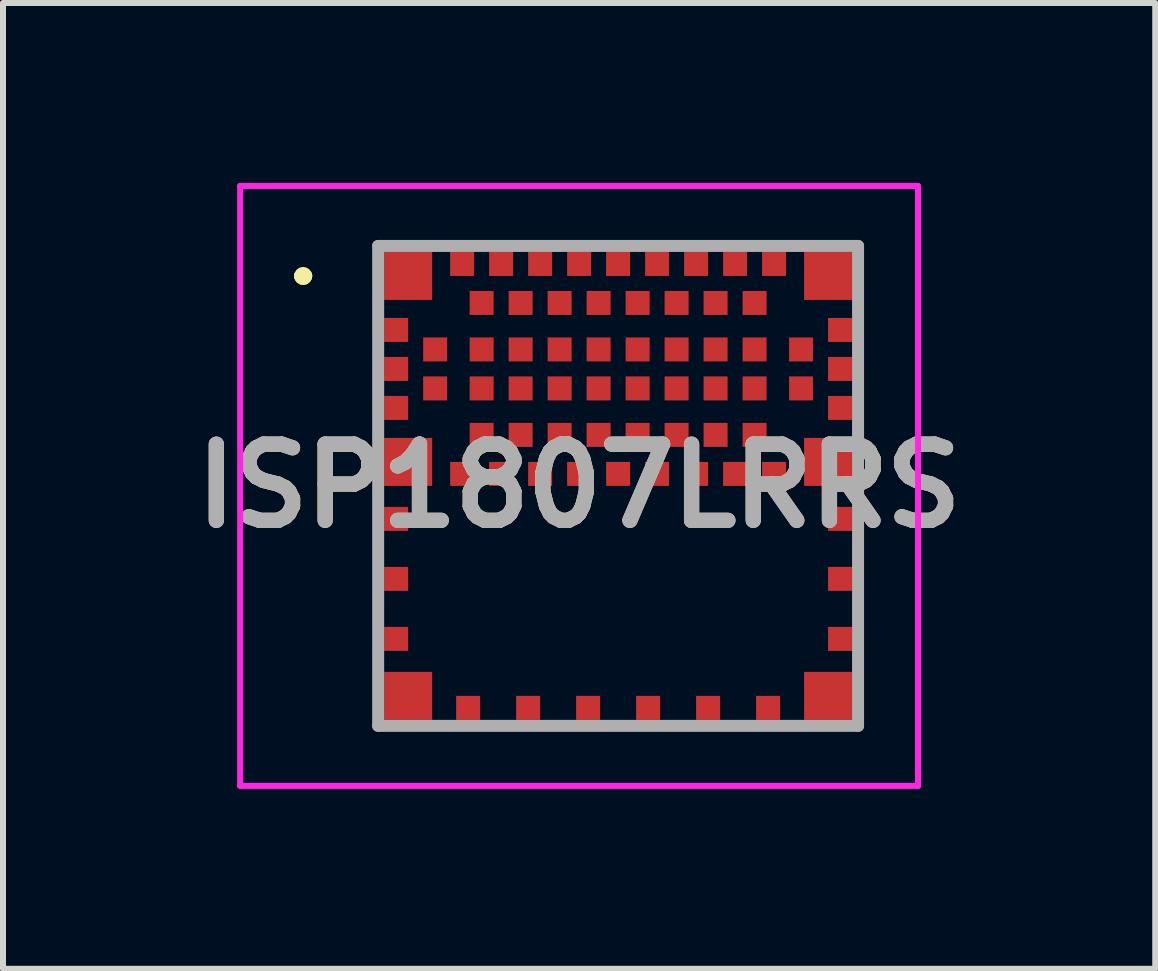
<source format=kicad_pcb>
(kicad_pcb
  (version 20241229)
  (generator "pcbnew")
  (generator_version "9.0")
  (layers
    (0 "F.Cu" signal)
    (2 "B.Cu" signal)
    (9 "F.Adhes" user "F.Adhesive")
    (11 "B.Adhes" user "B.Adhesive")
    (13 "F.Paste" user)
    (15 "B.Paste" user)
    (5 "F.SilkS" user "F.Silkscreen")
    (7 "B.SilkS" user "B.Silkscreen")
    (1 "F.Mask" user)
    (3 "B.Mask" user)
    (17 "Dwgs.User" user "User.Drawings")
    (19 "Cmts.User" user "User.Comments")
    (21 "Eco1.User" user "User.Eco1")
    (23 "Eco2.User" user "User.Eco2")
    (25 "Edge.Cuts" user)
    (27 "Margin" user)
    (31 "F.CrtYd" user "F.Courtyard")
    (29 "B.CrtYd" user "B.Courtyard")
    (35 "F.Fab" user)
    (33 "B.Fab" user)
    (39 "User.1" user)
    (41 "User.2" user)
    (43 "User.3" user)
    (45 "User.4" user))
  (footprint "ISP1807LRRS"
    (layer "F.Cu")
    (at 7.254 5.05)
    (property "Reference" "ISP1807LRRS" (at -0.65 0 0) (layer "F.SilkS") (effects (font (size 1.27 1.27) (thickness 0.254))))
    (attr smd)
    (fp_line (start -5.3 -3.5) (end -5.3 -3.5) (stroke (width 0.2) (type solid)) (layer "F.SilkS"))
    (fp_line (start -5.3 -3.5) (end -5.3 -3.5) (stroke (width 0.2) (type solid)) (layer "F.SilkS"))
    (fp_line (start -5.2 -3.5) (end -5.2 -3.5) (stroke (width 0.2) (type solid)) (layer "F.SilkS"))
    (fp_arc (start -5.3 -3.5) (mid -5.25 -3.55) (end -5.2 -3.5) (stroke (width 0.2) (type solid)) (layer "F.SilkS"))
    (fp_arc (start -5.2 -3.5) (mid -5.25 -3.45) (end -5.3 -3.5) (stroke (width 0.2) (type solid)) (layer "F.SilkS"))
    (fp_arc (start -5.2 -3.5) (mid -5.25 -3.45) (end -5.3 -3.5) (stroke (width 0.2) (type solid)) (layer "F.SilkS"))
    (fp_line (start -6.3 -5) (end 5 -5) (stroke (width 0.1) (type solid)) (layer "F.CrtYd"))
    (fp_line (start -6.3 5) (end -6.3 -5) (stroke (width 0.1) (type solid)) (layer "F.CrtYd"))
    (fp_line (start 5 -5) (end 5 5) (stroke (width 0.1) (type solid)) (layer "F.CrtYd"))
    (fp_line (start 5 5) (end -6.3 5) (stroke (width 0.1) (type solid)) (layer "F.CrtYd"))
    (fp_line (start -4 -4) (end -4 4) (stroke (width 0.2) (type solid)) (layer "F.Fab"))
    (fp_line (start -4 4) (end 4 4) (stroke (width 0.2) (type solid)) (layer "F.Fab"))
    (fp_line (start 4 -4) (end -4 -4) (stroke (width 0.2) (type solid)) (layer "F.Fab"))
    (fp_line (start 4 4) (end 4 -4) (stroke (width 0.2) (type solid)) (layer "F.Fab"))
    (fp_text user "${REFERENCE}" (at -0.65 0 0) (layer "F.Fab") (effects (font (size 1.27 1.27) (thickness 0.254))))
    (pad "1" smd rect (at -3.5 -3.5 90) (size 0.8 0.8) (layers "F.Cu" "F.Mask" "F.Paste"))
    (pad "2" smd rect (at -3.7 -2.6 90) (size 0.4 0.4) (layers "F.Cu" "F.Mask" "F.Paste"))
    (pad "3" smd rect (at -3.05 -2.275 90) (size 0.4 0.4) (layers "F.Cu" "F.Mask" "F.Paste"))
    (pad "4" smd rect (at -3.7 -1.95 90) (size 0.4 0.4) (layers "F.Cu" "F.Mask" "F.Paste"))
    (pad "5" smd rect (at -3.05 -1.625 90) (size 0.4 0.4) (layers "F.Cu" "F.Mask" "F.Paste"))
    (pad "6" smd rect (at -3.7 -1.3 90) (size 0.4 0.4) (layers "F.Cu" "F.Mask" "F.Paste"))
    (pad "7" smd rect (at -3.5 -0.4 90) (size 0.8 0.8) (layers "F.Cu" "F.Mask" "F.Paste"))
    (pad "8" smd rect (at -2.6 -0.2 90) (size 0.4 0.4) (layers "F.Cu" "F.Mask" "F.Paste"))
    (pad "9" smd rect (at -2.275 -0.85 90) (size 0.4 0.4) (layers "F.Cu" "F.Mask" "F.Paste"))
    (pad "10" smd rect (at -1.95 -0.2 90) (size 0.4 0.4) (layers "F.Cu" "F.Mask" "F.Paste"))
    (pad "11" smd rect (at -1.625 -0.85 90) (size 0.4 0.4) (layers "F.Cu" "F.Mask" "F.Paste"))
    (pad "12" smd rect (at -1.3 -0.2 90) (size 0.4 0.4) (layers "F.Cu" "F.Mask" "F.Paste"))
    (pad "13" smd rect (at -0.975 -0.85 90) (size 0.4 0.4) (layers "F.Cu" "F.Mask" "F.Paste"))
    (pad "14" smd rect (at -0.65 -0.2 90) (size 0.4 0.4) (layers "F.Cu" "F.Mask" "F.Paste"))
    (pad "15" smd rect (at -0.325 -0.85 90) (size 0.4 0.4) (layers "F.Cu" "F.Mask" "F.Paste"))
    (pad "16" smd rect (at 0 -0.2 90) (size 0.4 0.4) (layers "F.Cu" "F.Mask" "F.Paste"))
    (pad "17" smd rect (at 0.325 -0.85 90) (size 0.4 0.4) (layers "F.Cu" "F.Mask" "F.Paste"))
    (pad "18" smd rect (at 0.65 -0.2 90) (size 0.4 0.4) (layers "F.Cu" "F.Mask" "F.Paste"))
    (pad "19" smd rect (at 0.975 -0.85 90) (size 0.4 0.4) (layers "F.Cu" "F.Mask" "F.Paste"))
    (pad "20" smd rect (at 1.3 -0.2 90) (size 0.4 0.4) (layers "F.Cu" "F.Mask" "F.Paste"))
    (pad "21" smd rect (at 1.625 -0.85 90) (size 0.4 0.4) (layers "F.Cu" "F.Mask" "F.Paste"))
    (pad "22" smd rect (at 1.95 -0.2 90) (size 0.4 0.4) (layers "F.Cu" "F.Mask" "F.Paste"))
    (pad "23" smd rect (at 2.275 -0.85 90) (size 0.4 0.4) (layers "F.Cu" "F.Mask" "F.Paste"))
    (pad "24" smd rect (at 2.6 -0.2 90) (size 0.4 0.4) (layers "F.Cu" "F.Mask" "F.Paste"))
    (pad "25" smd rect (at 3.5 -0.4 90) (size 0.8 0.8) (layers "F.Cu" "F.Mask" "F.Paste"))
    (pad "26" smd rect (at 3.7 -1.3 90) (size 0.4 0.4) (layers "F.Cu" "F.Mask" "F.Paste"))
    (pad "27" smd rect (at 3.05 -1.625 90) (size 0.4 0.4) (layers "F.Cu" "F.Mask" "F.Paste"))
    (pad "28" smd rect (at 3.7 -1.95 90) (size 0.4 0.4) (layers "F.Cu" "F.Mask" "F.Paste"))
    (pad "29" smd rect (at 3.05 -2.275 90) (size 0.4 0.4) (layers "F.Cu" "F.Mask" "F.Paste"))
    (pad "30" smd rect (at 3.7 -2.6 90) (size 0.4 0.4) (layers "F.Cu" "F.Mask" "F.Paste"))
    (pad "31" smd rect (at 3.5 -3.5 90) (size 0.8 0.8) (layers "F.Cu" "F.Mask" "F.Paste"))
    (pad "32" smd rect (at 2.6 -3.7 90) (size 0.4 0.4) (layers "F.Cu" "F.Mask" "F.Paste"))
    (pad "33" smd rect (at 2.275 -3.05 90) (size 0.4 0.4) (layers "F.Cu" "F.Mask" "F.Paste"))
    (pad "34" smd rect (at 1.95 -3.7 90) (size 0.4 0.4) (layers "F.Cu" "F.Mask" "F.Paste"))
    (pad "35" smd rect (at 1.625 -3.05 90) (size 0.4 0.4) (layers "F.Cu" "F.Mask" "F.Paste"))
    (pad "36" smd rect (at 1.3 -3.7 90) (size 0.4 0.4) (layers "F.Cu" "F.Mask" "F.Paste"))
    (pad "37" smd rect (at 0.975 -3.05 90) (size 0.4 0.4) (layers "F.Cu" "F.Mask" "F.Paste"))
    (pad "38" smd rect (at 0.65 -3.7 90) (size 0.4 0.4) (layers "F.Cu" "F.Mask" "F.Paste"))
    (pad "39" smd rect (at 0.325 -3.05 90) (size 0.4 0.4) (layers "F.Cu" "F.Mask" "F.Paste"))
    (pad "40" smd rect (at 0 -3.7 90) (size 0.4 0.4) (layers "F.Cu" "F.Mask" "F.Paste"))
    (pad "41" smd rect (at -0.325 -3.05 90) (size 0.4 0.4) (layers "F.Cu" "F.Mask" "F.Paste"))
    (pad "42" smd rect (at -0.65 -3.7 90) (size 0.4 0.4) (layers "F.Cu" "F.Mask" "F.Paste"))
    (pad "43" smd rect (at -0.975 -3.05 90) (size 0.4 0.4) (layers "F.Cu" "F.Mask" "F.Paste"))
    (pad "44" smd rect (at -1.3 -3.7 90) (size 0.4 0.4) (layers "F.Cu" "F.Mask" "F.Paste"))
    (pad "45" smd rect (at -1.625 -3.05 90) (size 0.4 0.4) (layers "F.Cu" "F.Mask" "F.Paste"))
    (pad "46" smd rect (at -1.95 -3.7 90) (size 0.4 0.4) (layers "F.Cu" "F.Mask" "F.Paste"))
    (pad "47" smd rect (at -2.275 -3.05 90) (size 0.4 0.4) (layers "F.Cu" "F.Mask" "F.Paste"))
    (pad "48" smd rect (at -2.6 -3.7 90) (size 0.4 0.4) (layers "F.Cu" "F.Mask" "F.Paste"))
    (pad "49" smd rect (at 2.275 -2.275 90) (size 0.4 0.4) (layers "F.Cu" "F.Mask" "F.Paste"))
    (pad "50" smd rect (at 1.625 -2.275 90) (size 0.4 0.4) (layers "F.Cu" "F.Mask" "F.Paste"))
    (pad "51" smd rect (at 0.975 -2.275 90) (size 0.4 0.4) (layers "F.Cu" "F.Mask" "F.Paste"))
    (pad "52" smd rect (at 0.325 -2.275 90) (size 0.4 0.4) (layers "F.Cu" "F.Mask" "F.Paste"))
    (pad "53" smd rect (at -0.325 -2.275 90) (size 0.4 0.4) (layers "F.Cu" "F.Mask" "F.Paste"))
    (pad "54" smd rect (at -0.975 -2.275 90) (size 0.4 0.4) (layers "F.Cu" "F.Mask" "F.Paste"))
    (pad "55" smd rect (at -1.625 -2.275 90) (size 0.4 0.4) (layers "F.Cu" "F.Mask" "F.Paste"))
    (pad "56" smd rect (at -2.275 -2.275 90) (size 0.4 0.4) (layers "F.Cu" "F.Mask" "F.Paste"))
    (pad "57" smd rect (at 2.275 -1.625 90) (size 0.4 0.4) (layers "F.Cu" "F.Mask" "F.Paste"))
    (pad "58" smd rect (at 1.625 -1.625 90) (size 0.4 0.4) (layers "F.Cu" "F.Mask" "F.Paste"))
    (pad "59" smd rect (at 0.975 -1.625 90) (size 0.4 0.4) (layers "F.Cu" "F.Mask" "F.Paste"))
    (pad "60" smd rect (at 0.325 -1.625 90) (size 0.4 0.4) (layers "F.Cu" "F.Mask" "F.Paste"))
    (pad "61" smd rect (at -0.325 -1.625 90) (size 0.4 0.4) (layers "F.Cu" "F.Mask" "F.Paste"))
    (pad "62" smd rect (at -0.975 -1.625 90) (size 0.4 0.4) (layers "F.Cu" "F.Mask" "F.Paste"))
    (pad "63" smd rect (at -1.625 -1.625 90) (size 0.4 0.4) (layers "F.Cu" "F.Mask" "F.Paste"))
    (pad "64" smd rect (at -2.275 -1.625 90) (size 0.4 0.4) (layers "F.Cu" "F.Mask" "F.Paste"))
    (pad "65" smd rect (at -3.7 0.55 90) (size 0.4 0.4) (layers "F.Cu" "F.Mask" "F.Paste"))
    (pad "66" smd rect (at -3.7 1.55 90) (size 0.4 0.4) (layers "F.Cu" "F.Mask" "F.Paste"))
    (pad "67" smd rect (at -3.7 2.55 90) (size 0.4 0.4) (layers "F.Cu" "F.Mask" "F.Paste"))
    (pad "68" smd rect (at -3.5 3.5 90) (size 0.8 0.8) (layers "F.Cu" "F.Mask" "F.Paste"))
    (pad "69" smd rect (at -2.5 3.7 90) (size 0.4 0.4) (layers "F.Cu" "F.Mask" "F.Paste"))
    (pad "70" smd rect (at -1.5 3.7 90) (size 0.4 0.4) (layers "F.Cu" "F.Mask" "F.Paste"))
    (pad "71" smd rect (at -0.5 3.7 90) (size 0.4 0.4) (layers "F.Cu" "F.Mask" "F.Paste"))
    (pad "72" smd rect (at 0.5 3.7 90) (size 0.4 0.4) (layers "F.Cu" "F.Mask" "F.Paste"))
    (pad "73" smd rect (at 1.5 3.7 90) (size 0.4 0.4) (layers "F.Cu" "F.Mask" "F.Paste"))
    (pad "74" smd rect (at 2.5 3.7 90) (size 0.4 0.4) (layers "F.Cu" "F.Mask" "F.Paste"))
    (pad "75" smd rect (at 3.5 3.5 90) (size 0.8 0.8) (layers "F.Cu" "F.Mask" "F.Paste"))
    (pad "76" smd rect (at 3.7 2.55 90) (size 0.4 0.4) (layers "F.Cu" "F.Mask" "F.Paste"))
    (pad "77" smd rect (at 3.7 1.55 90) (size 0.4 0.4) (layers "F.Cu" "F.Mask" "F.Paste"))
    (pad "78" smd rect (at 3.7 0.55 90) (size 0.4 0.4) (layers "F.Cu" "F.Mask" "F.Paste")))
  (gr_rect
    (start -3 -3)
    (end 16.208 13.1)
    (stroke (width 0.1) (type default))
    (fill no)
    (layer "Edge.Cuts")))
</source>
